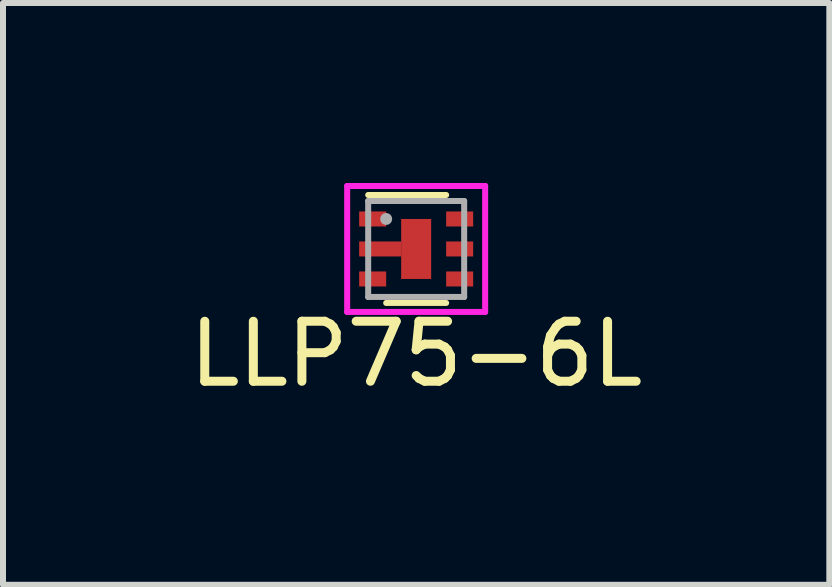
<source format=kicad_pcb>
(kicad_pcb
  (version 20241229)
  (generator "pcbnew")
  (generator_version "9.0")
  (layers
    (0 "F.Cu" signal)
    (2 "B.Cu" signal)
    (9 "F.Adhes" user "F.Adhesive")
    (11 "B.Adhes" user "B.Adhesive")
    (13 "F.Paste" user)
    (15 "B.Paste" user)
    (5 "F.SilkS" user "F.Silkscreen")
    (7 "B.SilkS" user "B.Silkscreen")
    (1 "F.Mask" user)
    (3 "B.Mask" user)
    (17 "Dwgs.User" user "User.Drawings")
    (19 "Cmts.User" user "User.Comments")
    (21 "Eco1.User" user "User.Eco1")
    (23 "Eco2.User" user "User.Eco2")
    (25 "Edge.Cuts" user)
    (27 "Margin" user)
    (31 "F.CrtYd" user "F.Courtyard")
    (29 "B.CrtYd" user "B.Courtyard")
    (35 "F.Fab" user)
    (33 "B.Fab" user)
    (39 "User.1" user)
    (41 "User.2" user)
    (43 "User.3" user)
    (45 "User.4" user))
  (footprint "LLP75-6L"
    (layer "F.Cu")
    (at 3.887 1.1)
    (property "Reference" "LLP75-6L" (at 0 1.75 0) (layer "F.SilkS") (effects (font (size 1 1) (thickness 0.15))))
    (attr through_hole)
    (fp_line (start -0.8 -0.9) (end 0.5 -0.9) (stroke (width 0.1) (type solid)) (layer "F.SilkS"))
    (fp_line (start -0.5 0.9) (end 0.5 0.9) (stroke (width 0.1) (type solid)) (layer "F.SilkS"))
    (fp_line (start -1.15 -1.05) (end -1.15 1.05) (stroke (width 0.1) (type solid)) (layer "F.CrtYd"))
    (fp_line (start -1.15 1.05) (end 1.15 1.05) (stroke (width 0.1) (type solid)) (layer "F.CrtYd"))
    (fp_line (start 1.15 -1.05) (end -1.15 -1.05) (stroke (width 0.1) (type solid)) (layer "F.CrtYd"))
    (fp_line (start 1.15 1.05) (end 1.15 -1.05) (stroke (width 0.1) (type solid)) (layer "F.CrtYd"))
    (fp_line (start -0.8 -0.8) (end -0.8 0.8) (stroke (width 0.1) (type solid)) (layer "F.Fab"))
    (fp_line (start -0.8 0.8) (end 0.8 0.8) (stroke (width 0.1) (type solid)) (layer "F.Fab"))
    (fp_line (start 0.8 -0.8) (end -0.8 -0.8) (stroke (width 0.1) (type solid)) (layer "F.Fab"))
    (fp_line (start 0.8 0.8) (end 0.8 -0.8) (stroke (width 0.1) (type solid)) (layer "F.Fab"))
    (fp_circle (center -0.5 -0.5) (end -0.55 -0.5) (stroke (width 0.1) (type solid)) (fill no) (layer "F.Fab"))
    (pad "1" smd rect (at -0.725 -0.5) (size 0.45 0.25) (layers "F.Cu" "F.Mask" "F.Paste"))
    (pad "2" smd rect (at -0.6 0) (size 0.7 0.25) (layers "F.Cu" "F.Mask" "F.Paste"))
    (pad "2" smd rect (at 0 0) (size 0.5 1) (layers "F.Cu" "F.Mask" "F.Paste"))
    (pad "3" smd rect (at -0.725 0.5) (size 0.45 0.25) (layers "F.Cu" "F.Mask" "F.Paste"))
    (pad "4" smd rect (at 0.725 0.5) (size 0.45 0.25) (layers "F.Cu" "F.Mask" "F.Paste"))
    (pad "5" smd rect (at 0.725 0) (size 0.45 0.25) (layers "F.Cu" "F.Mask" "F.Paste"))
    (pad "6" smd rect (at 0.725 -0.5) (size 0.45 0.25) (layers "F.Cu" "F.Mask" "F.Paste")))
  (gr_rect
    (start -3 -3)
    (end 10.774 6.698)
    (stroke (width 0.1) (type default))
    (fill no)
    (layer "Edge.Cuts")))
</source>
